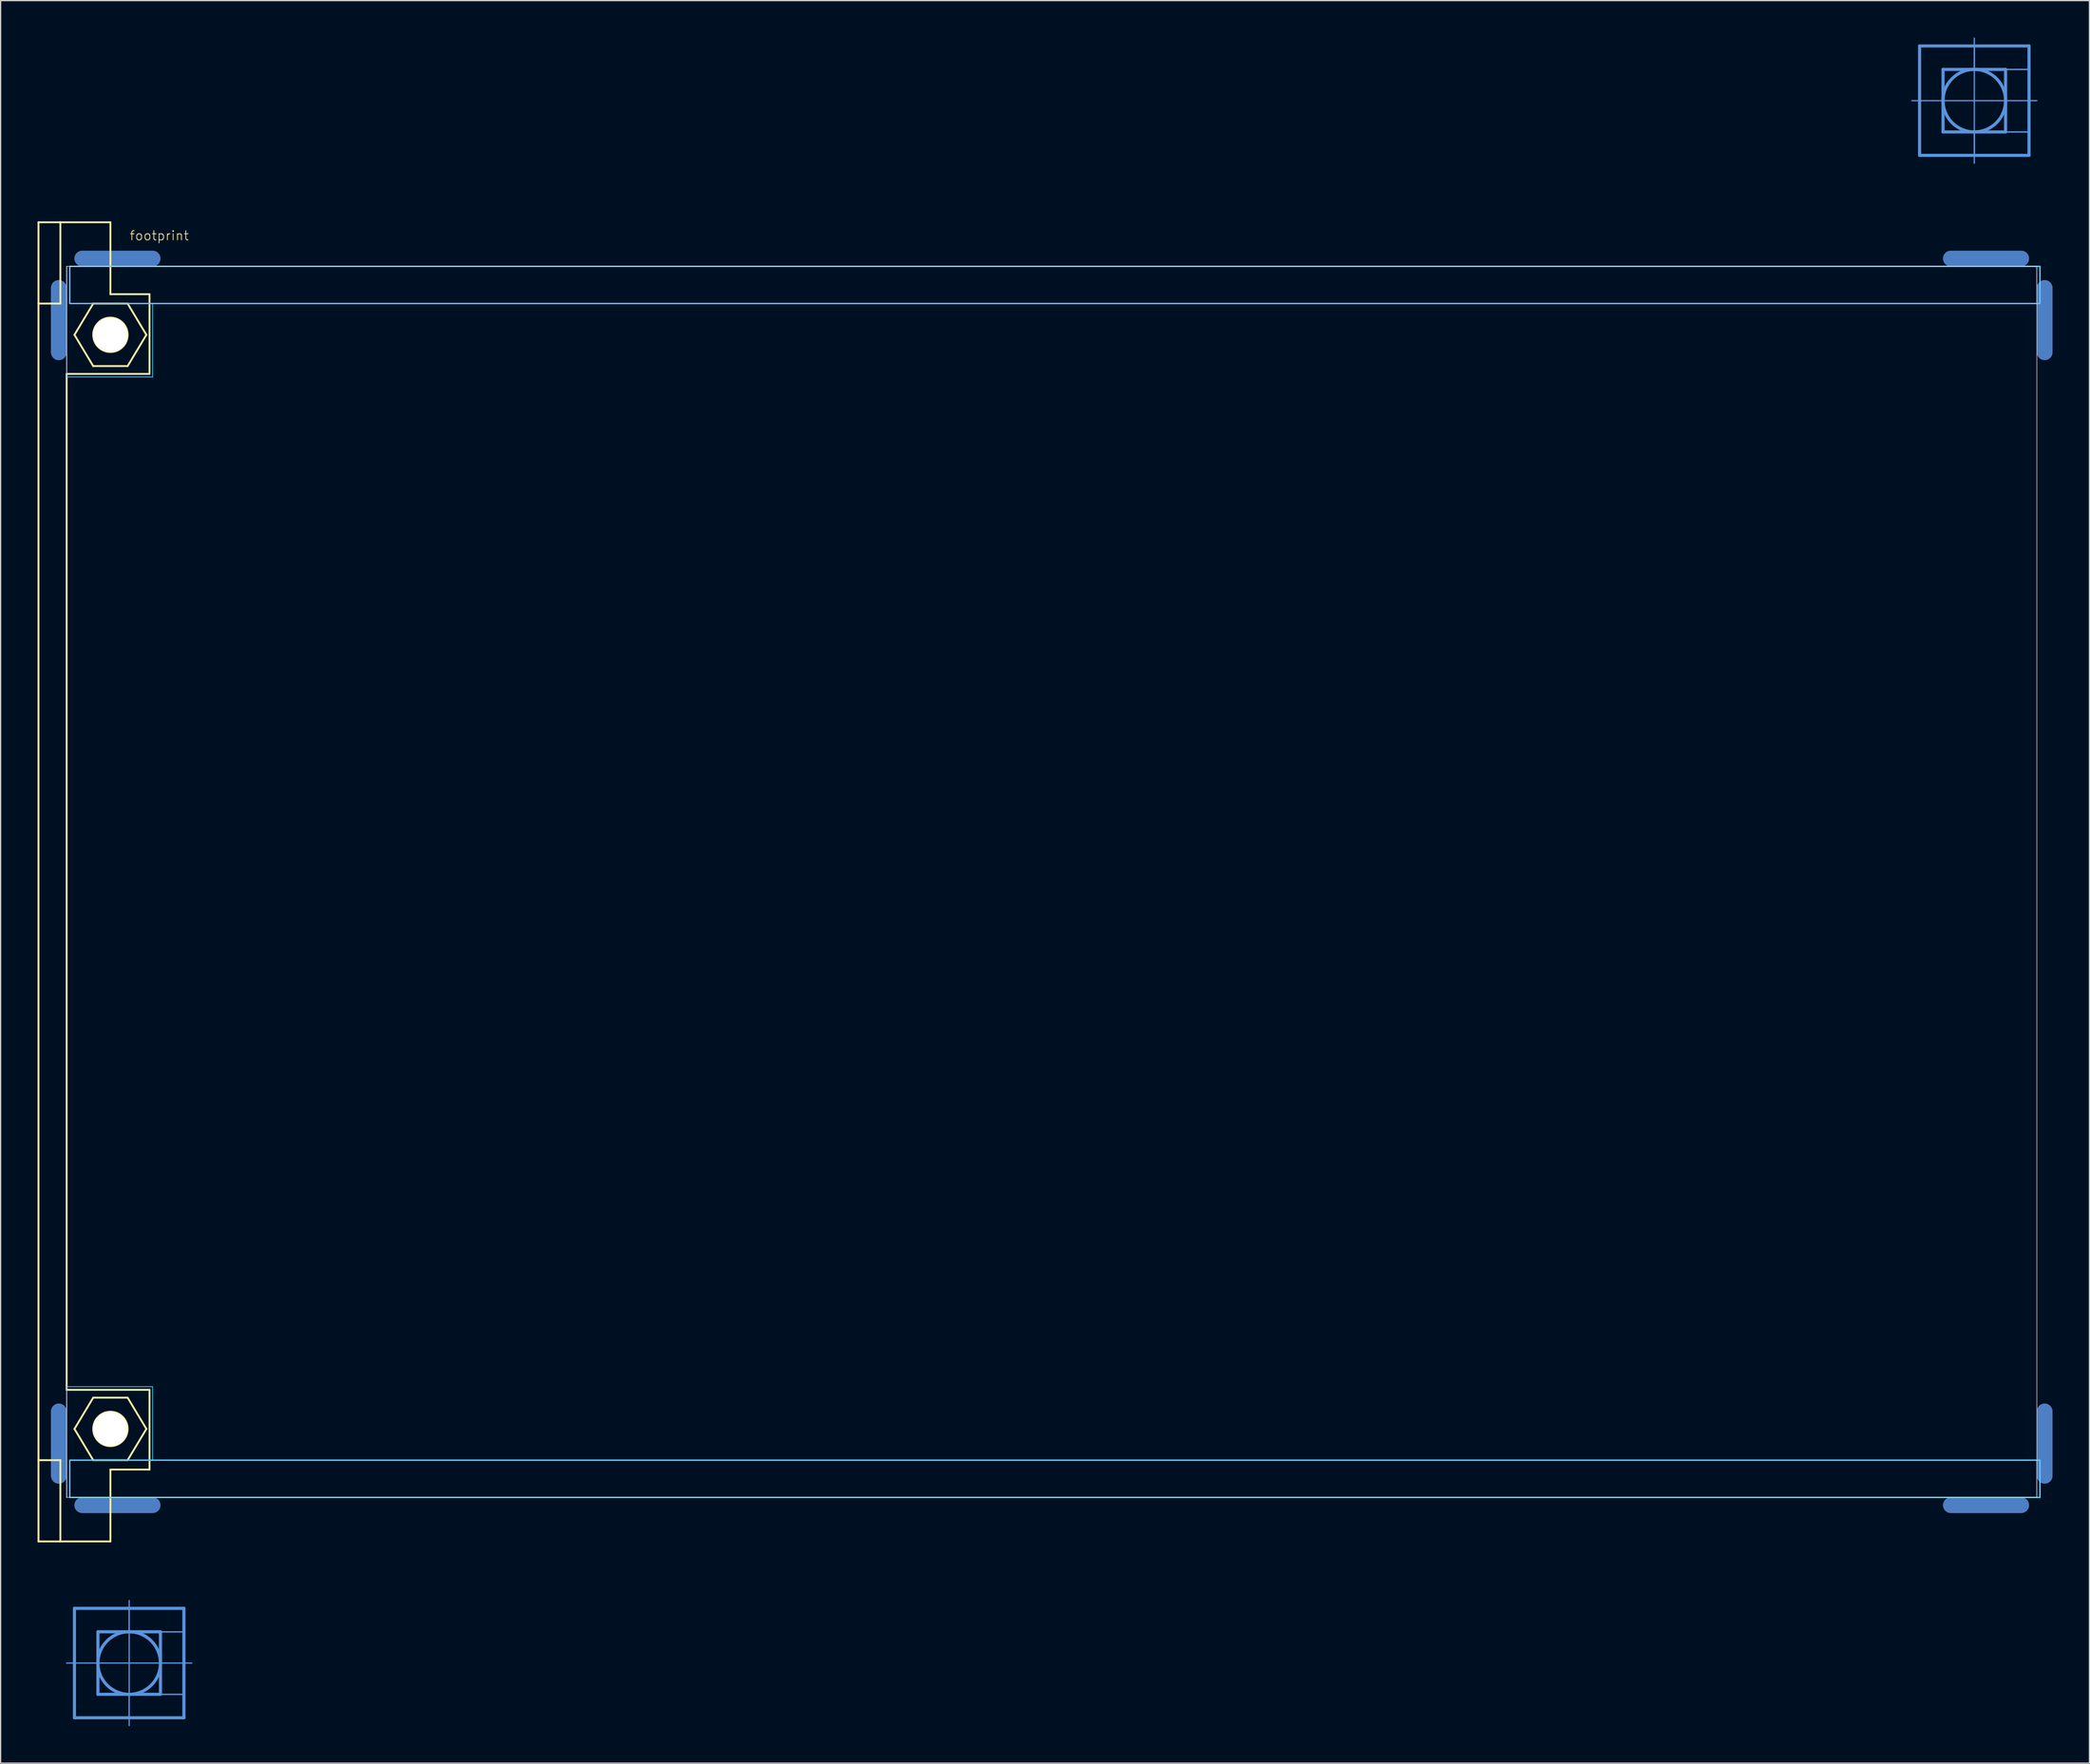
<source format=kicad_pcb>
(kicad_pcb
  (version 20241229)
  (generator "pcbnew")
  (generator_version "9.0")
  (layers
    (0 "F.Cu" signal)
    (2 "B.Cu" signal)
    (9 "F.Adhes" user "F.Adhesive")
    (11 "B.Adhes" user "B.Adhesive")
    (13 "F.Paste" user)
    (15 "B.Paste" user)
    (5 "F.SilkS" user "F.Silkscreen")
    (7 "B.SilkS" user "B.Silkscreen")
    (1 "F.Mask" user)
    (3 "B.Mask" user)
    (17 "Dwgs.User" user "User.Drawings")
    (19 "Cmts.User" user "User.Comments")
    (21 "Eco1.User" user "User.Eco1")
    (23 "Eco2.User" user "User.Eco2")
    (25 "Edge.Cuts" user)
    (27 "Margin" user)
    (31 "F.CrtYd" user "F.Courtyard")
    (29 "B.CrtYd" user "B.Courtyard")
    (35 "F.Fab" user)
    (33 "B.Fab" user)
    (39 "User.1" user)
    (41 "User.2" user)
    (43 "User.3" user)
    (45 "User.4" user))
  (footprint "footprint"
    (layer "F.Cu")
    (at 2.362 68.605)
    (property "Reference" "footprint" (at 5.08 -52.07 0) (layer "F.SilkS") (effects (font (size 0.748 0.748) (thickness 0.065)) (justify left bottom)))
    (fp_line (start -0.635 -43.028) (end -0.635 -48.26) (stroke (width 1.27) (type solid)) (layer "F.Cu"))
    (fp_line (start -0.635 43.028) (end -0.635 48.26) (stroke (width 1.27) (type solid)) (layer "F.Cu"))
    (fp_line (start 6.985 -50.648) (end 1.27 -50.648) (stroke (width 1.27) (type solid)) (layer "F.Cu"))
    (fp_line (start 6.985 50.648) (end 1.27 50.648) (stroke (width 1.27) (type solid)) (layer "F.Cu"))
    (fp_line (start 153.035 -50.648) (end 158.75 -50.648) (stroke (width 1.27) (type solid)) (layer "F.Cu"))
    (fp_line (start 153.035 50.648) (end 158.75 50.648) (stroke (width 1.27) (type solid)) (layer "F.Cu"))
    (fp_line (start 160.655 -43.028) (end 160.655 -48.26) (stroke (width 1.27) (type solid)) (layer "F.Cu"))
    (fp_line (start 160.655 43.028) (end 160.655 48.26) (stroke (width 1.27) (type solid)) (layer "F.Cu"))
    (fp_line (start 0 -42.393) (end 0 -50.013) (stroke (width 0.152) (type solid)) (layer "F.Mask"))
    (fp_line (start 0 42.393) (end 0 50.013) (stroke (width 0.152) (type solid)) (layer "F.Mask"))
    (fp_line (start 7.62 -50.013) (end 0 -50.013) (stroke (width 0.152) (type solid)) (layer "F.Mask"))
    (fp_line (start 7.62 50.013) (end 0 50.013) (stroke (width 0.152) (type solid)) (layer "F.Mask"))
    (fp_line (start 152.4 -50.013) (end 160.02 -50.013) (stroke (width 0.152) (type solid)) (layer "F.Mask"))
    (fp_line (start 152.4 50.013) (end 160.02 50.013) (stroke (width 0.152) (type solid)) (layer "F.Mask"))
    (fp_line (start 160.02 -42.393) (end 160.02 -50.013) (stroke (width 0.152) (type solid)) (layer "F.Mask"))
    (fp_line (start 160.02 42.393) (end 160.02 50.013) (stroke (width 0.152) (type solid)) (layer "F.Mask"))
    (fp_line (start -0.635 -43.028) (end -0.635 -48.26) (stroke (width 1.27) (type solid)) (layer "B.Cu"))
    (fp_line (start -0.635 43.028) (end -0.635 48.26) (stroke (width 1.27) (type solid)) (layer "B.Cu"))
    (fp_line (start 6.985 -50.648) (end 1.27 -50.648) (stroke (width 1.27) (type solid)) (layer "B.Cu"))
    (fp_line (start 6.985 50.648) (end 1.27 50.648) (stroke (width 1.27) (type solid)) (layer "B.Cu"))
    (fp_line (start 153.035 -50.648) (end 158.75 -50.648) (stroke (width 1.27) (type solid)) (layer "B.Cu"))
    (fp_line (start 153.035 50.648) (end 158.75 50.648) (stroke (width 1.27) (type solid)) (layer "B.Cu"))
    (fp_line (start 160.655 -43.028) (end 160.655 -48.26) (stroke (width 1.27) (type solid)) (layer "B.Cu"))
    (fp_line (start 160.655 43.028) (end 160.655 48.26) (stroke (width 1.27) (type solid)) (layer "B.Cu"))
    (fp_line (start 0 -50.013) (end 7.62 -50.013) (stroke (width 0.152) (type solid)) (layer "B.Mask"))
    (fp_line (start 0 -42.393) (end 0 -50.013) (stroke (width 0.152) (type solid)) (layer "B.Mask"))
    (fp_line (start 0 50.013) (end 0 42.393) (stroke (width 0.152) (type solid)) (layer "B.Mask"))
    (fp_line (start 7.62 50.013) (end 0 50.013) (stroke (width 0.152) (type solid)) (layer "B.Mask"))
    (fp_line (start 152.4 -50.013) (end 160.02 -50.013) (stroke (width 0.152) (type solid)) (layer "B.Mask"))
    (fp_line (start 160.02 -50.013) (end 160.02 -42.393) (stroke (width 0.152) (type solid)) (layer "B.Mask"))
    (fp_line (start 160.02 42.393) (end 160.02 50.013) (stroke (width 0.152) (type solid)) (layer "B.Mask"))
    (fp_line (start 160.02 50.013) (end 152.4 50.013) (stroke (width 0.152) (type solid)) (layer "B.Mask"))
    (fp_line (start -2.286 -53.594) (end -0.508 -53.594) (stroke (width 0.152) (type solid)) (layer "F.SilkS"))
    (fp_line (start -2.286 -46.99) (end -2.286 -53.594) (stroke (width 0.152) (type solid)) (layer "F.SilkS"))
    (fp_line (start -2.286 -46.99) (end -0.508 -46.99) (stroke (width 0.152) (type solid)) (layer "F.SilkS"))
    (fp_line (start -2.286 46.99) (end -2.286 -46.99) (stroke (width 0.152) (type solid)) (layer "F.SilkS"))
    (fp_line (start -2.286 46.99) (end -0.508 46.99) (stroke (width 0.152) (type solid)) (layer "F.SilkS"))
    (fp_line (start -2.286 53.594) (end -2.286 46.99) (stroke (width 0.152) (type solid)) (layer "F.SilkS"))
    (fp_line (start -2.286 53.594) (end -0.508 53.594) (stroke (width 0.152) (type solid)) (layer "F.SilkS"))
    (fp_line (start -0.508 -53.594) (end -0.508 -46.99) (stroke (width 0.152) (type solid)) (layer "F.SilkS"))
    (fp_line (start -0.508 -53.594) (end 3.556 -53.594) (stroke (width 0.152) (type solid)) (layer "F.SilkS"))
    (fp_line (start -0.508 53.594) (end -0.508 46.99) (stroke (width 0.152) (type solid)) (layer "F.SilkS"))
    (fp_line (start -0.508 53.594) (end 3.556 53.594) (stroke (width 0.152) (type solid)) (layer "F.SilkS"))
    (fp_line (start 0 -41.275) (end 0 41.275) (stroke (width 0.152) (type solid)) (layer "F.SilkS"))
    (fp_line (start 0 -41.275) (end 6.731 -41.275) (stroke (width 0.152) (type solid)) (layer "F.SilkS"))
    (fp_line (start 0 41.275) (end 6.731 41.275) (stroke (width 0.152) (type solid)) (layer "F.SilkS"))
    (fp_line (start 0.635 -44.45) (end 2.159 -46.99) (stroke (width 0.152) (type solid)) (layer "F.SilkS"))
    (fp_line (start 0.635 44.45) (end 2.159 46.99) (stroke (width 0.152) (type solid)) (layer "F.SilkS"))
    (fp_line (start 2.159 -46.99) (end 4.953 -46.99) (stroke (width 0.152) (type solid)) (layer "F.SilkS"))
    (fp_line (start 2.159 -41.91) (end 0.635 -44.45) (stroke (width 0.152) (type solid)) (layer "F.SilkS"))
    (fp_line (start 2.159 41.91) (end 0.635 44.45) (stroke (width 0.152) (type solid)) (layer "F.SilkS"))
    (fp_line (start 2.159 46.99) (end 4.953 46.99) (stroke (width 0.152) (type solid)) (layer "F.SilkS"))
    (fp_line (start 3.556 -53.594) (end 3.556 -47.752) (stroke (width 0.152) (type solid)) (layer "F.SilkS"))
    (fp_line (start 3.556 -47.752) (end 6.731 -47.752) (stroke (width 0.152) (type solid)) (layer "F.SilkS"))
    (fp_line (start 3.556 47.752) (end 6.731 47.752) (stroke (width 0.152) (type solid)) (layer "F.SilkS"))
    (fp_line (start 3.556 53.594) (end 3.556 47.752) (stroke (width 0.152) (type solid)) (layer "F.SilkS"))
    (fp_line (start 4.953 -46.99) (end 6.477 -44.45) (stroke (width 0.152) (type solid)) (layer "F.SilkS"))
    (fp_line (start 4.953 -41.91) (end 2.159 -41.91) (stroke (width 0.152) (type solid)) (layer "F.SilkS"))
    (fp_line (start 4.953 41.91) (end 2.159 41.91) (stroke (width 0.152) (type solid)) (layer "F.SilkS"))
    (fp_line (start 4.953 46.99) (end 6.477 44.45) (stroke (width 0.152) (type solid)) (layer "F.SilkS"))
    (fp_line (start 6.477 -44.45) (end 4.953 -41.91) (stroke (width 0.152) (type solid)) (layer "F.SilkS"))
    (fp_line (start 6.477 44.45) (end 4.953 41.91) (stroke (width 0.152) (type solid)) (layer "F.SilkS"))
    (fp_line (start 6.731 -47.752) (end 6.731 -41.275) (stroke (width 0.152) (type solid)) (layer "F.SilkS"))
    (fp_line (start 6.731 47.752) (end 6.731 41.275) (stroke (width 0.152) (type solid)) (layer "F.SilkS"))
    (fp_circle (center 3.556 -44.45) (end 4.953 -44.45) (stroke (width 0.152) (type solid)) (fill no) (layer "F.SilkS"))
    (fp_circle (center 3.556 44.45) (end 4.953 44.45) (stroke (width 0.152) (type solid)) (fill no) (layer "F.SilkS"))
    (fp_line (start 0 63.475) (end 0.635 63.475) (stroke (width 0.102) (type solid)) (layer "Cmts.User"))
    (fp_line (start 0.635 59.03) (end 9.525 59.03) (stroke (width 0.254) (type solid)) (layer "Cmts.User"))
    (fp_line (start 0.635 63.475) (end 0.635 59.03) (stroke (width 0.254) (type solid)) (layer "Cmts.User"))
    (fp_line (start 0.635 63.475) (end 10.16 63.475) (stroke (width 0.102) (type solid)) (layer "Cmts.User"))
    (fp_line (start 0.635 67.92) (end 0.635 63.475) (stroke (width 0.254) (type solid)) (layer "Cmts.User"))
    (fp_line (start 2.54 60.935) (end 2.54 66.015) (stroke (width 0.254) (type solid)) (layer "Cmts.User"))
    (fp_line (start 2.54 66.015) (end 7.62 66.015) (stroke (width 0.254) (type solid)) (layer "Cmts.User"))
    (fp_line (start 5.08 68.555) (end 5.08 58.395) (stroke (width 0.102) (type solid)) (layer "Cmts.User"))
    (fp_line (start 7.62 60.935) (end 2.54 60.935) (stroke (width 0.254) (type solid)) (layer "Cmts.User"))
    (fp_line (start 7.62 66.015) (end 7.62 60.935) (stroke (width 0.254) (type solid)) (layer "Cmts.User"))
    (fp_line (start 9.525 59.03) (end 9.525 67.92) (stroke (width 0.254) (type solid)) (layer "Cmts.User"))
    (fp_line (start 9.525 67.92) (end 0.635 67.92) (stroke (width 0.254) (type solid)) (layer "Cmts.User"))
    (fp_line (start 149.86 -63.475) (end 150.495 -63.475) (stroke (width 0.102) (type solid)) (layer "Cmts.User"))
    (fp_line (start 150.495 -67.92) (end 159.385 -67.92) (stroke (width 0.254) (type solid)) (layer "Cmts.User"))
    (fp_line (start 150.495 -63.475) (end 150.495 -67.92) (stroke (width 0.254) (type solid)) (layer "Cmts.User"))
    (fp_line (start 150.495 -63.475) (end 160.02 -63.475) (stroke (width 0.102) (type solid)) (layer "Cmts.User"))
    (fp_line (start 150.495 -59.03) (end 150.495 -63.475) (stroke (width 0.254) (type solid)) (layer "Cmts.User"))
    (fp_line (start 152.4 -66.015) (end 152.4 -60.935) (stroke (width 0.254) (type solid)) (layer "Cmts.User"))
    (fp_line (start 152.4 -60.935) (end 157.48 -60.935) (stroke (width 0.254) (type solid)) (layer "Cmts.User"))
    (fp_line (start 154.94 -58.395) (end 154.94 -68.555) (stroke (width 0.102) (type solid)) (layer "Cmts.User"))
    (fp_line (start 157.48 -66.015) (end 152.4 -66.015) (stroke (width 0.254) (type solid)) (layer "Cmts.User"))
    (fp_line (start 157.48 -60.935) (end 157.48 -66.015) (stroke (width 0.254) (type solid)) (layer "Cmts.User"))
    (fp_line (start 159.385 -67.92) (end 159.385 -59.03) (stroke (width 0.254) (type solid)) (layer "Cmts.User"))
    (fp_line (start 159.385 -59.03) (end 150.495 -59.03) (stroke (width 0.254) (type solid)) (layer "Cmts.User"))
    (fp_circle (center 5.08 63.475) (end 7.62 63.475) (stroke (width 0.254) (type solid)) (fill no) (layer "Cmts.User"))
    (fp_circle (center 154.94 -63.475) (end 157.48 -63.475) (stroke (width 0.254) (type solid)) (fill no) (layer "Cmts.User"))
    (fp_poly (pts (xy 5.08 60.935) (xy 9.525 60.935) (xy 9.525 59.03) (xy 5.08 59.03)) (stroke (width 0.1) (type solid)) (fill no) (layer "Cmts.User"))
    (fp_poly (pts (xy 5.08 67.92) (xy 9.525 67.92) (xy 9.525 66.015) (xy 5.08 66.015)) (stroke (width 0.1) (type solid)) (fill no) (layer "Cmts.User"))
    (fp_poly (pts (xy 7.62 66.015) (xy 9.525 66.015) (xy 9.525 60.935) (xy 7.62 60.935)) (stroke (width 0.1) (type solid)) (fill no) (layer "Cmts.User"))
    (fp_poly (pts (xy 154.94 -66.015) (xy 159.385 -66.015) (xy 159.385 -67.92) (xy 154.94 -67.92)) (stroke (width 0.1) (type solid)) (fill no) (layer "Cmts.User"))
    (fp_poly (pts (xy 154.94 -59.03) (xy 159.385 -59.03) (xy 159.385 -60.935) (xy 154.94 -60.935)) (stroke (width 0.1) (type solid)) (fill no) (layer "Cmts.User"))
    (fp_poly (pts (xy 157.48 -60.935) (xy 159.385 -60.935) (xy 159.385 -66.015) (xy 157.48 -66.015)) (stroke (width 0.1) (type solid)) (fill no) (layer "Cmts.User"))
    (fp_line (start 0 -50.013) (end 0 50.013) (stroke (width 0.05) (type solid)) (layer "Edge.Cuts"))
    (fp_line (start 0 50.013) (end 160.02 50.013) (stroke (width 0.05) (type solid)) (layer "Edge.Cuts"))
    (fp_line (start 160.02 -50.013) (end 0 -50.013) (stroke (width 0.05) (type solid)) (layer "Edge.Cuts"))
    (fp_line (start 160.02 50.013) (end 160.02 -50.013) (stroke (width 0.05) (type solid)) (layer "Edge.Cuts"))
    (fp_line (start 0 -41.021) (end 0 -50.013) (stroke (width 0.051) (type solid)) (layer "B.CrtYd"))
    (fp_line (start 0 -41.021) (end 6.985 -41.021) (stroke (width 0.051) (type solid)) (layer "B.CrtYd"))
    (fp_line (start 0 41.021) (end 0 50.013) (stroke (width 0.051) (type solid)) (layer "B.CrtYd"))
    (fp_line (start 0 41.021) (end 6.985 41.021) (stroke (width 0.051) (type solid)) (layer "B.CrtYd"))
    (fp_line (start 6.985 -46.99) (end 6.985 -41.021) (stroke (width 0.051) (type solid)) (layer "B.CrtYd"))
    (fp_line (start 6.985 46.99) (end 6.985 41.021) (stroke (width 0.051) (type solid)) (layer "B.CrtYd"))
    (fp_line (start 160.02 -50.013) (end 160.02 -46.99) (stroke (width 0.051) (type solid)) (layer "B.CrtYd"))
    (fp_line (start 160.02 50.013) (end 160.02 46.99) (stroke (width 0.051) (type solid)) (layer "B.CrtYd"))
    (fp_poly (pts (xy 0.254 -46.99) (xy 160.274 -46.99) (xy 160.274 -50.013) (xy 0.254 -50.013)) (stroke (width 0.1) (type solid)) (fill no) (layer "B.CrtYd"))
    (fp_poly (pts (xy 0.254 50.013) (xy 160.274 50.013) (xy 160.274 46.99) (xy 0.254 46.99)) (stroke (width 0.1) (type solid)) (fill no) (layer "B.CrtYd"))
    (fp_line (start 0 -41.021) (end 0 -50.013) (stroke (width 0.051) (type solid)) (layer "F.CrtYd"))
    (fp_line (start 0 -41.021) (end 6.985 -41.021) (stroke (width 0.051) (type solid)) (layer "F.CrtYd"))
    (fp_line (start 0 41.021) (end 0 50.013) (stroke (width 0.051) (type solid)) (layer "F.CrtYd"))
    (fp_line (start 0 41.021) (end 6.985 41.021) (stroke (width 0.051) (type solid)) (layer "F.CrtYd"))
    (fp_line (start 6.985 -46.99) (end 6.985 -41.021) (stroke (width 0.051) (type solid)) (layer "F.CrtYd"))
    (fp_line (start 6.985 46.99) (end 6.985 41.021) (stroke (width 0.051) (type solid)) (layer "F.CrtYd"))
    (fp_line (start 160.02 -50.013) (end 160.02 -46.99) (stroke (width 0.051) (type solid)) (layer "F.CrtYd"))
    (fp_line (start 160.02 50.013) (end 160.02 46.99) (stroke (width 0.051) (type solid)) (layer "F.CrtYd"))
    (fp_poly (pts (xy 0.254 -46.99) (xy 160.274 -46.99) (xy 160.274 -50.013) (xy 0.254 -50.013)) (stroke (width 0.1) (type solid)) (fill no) (layer "F.CrtYd"))
    (fp_poly (pts (xy 0.254 50.013) (xy 160.274 50.013) (xy 160.274 46.99) (xy 0.254 46.99)) (stroke (width 0.1) (type solid)) (fill no) (layer "F.CrtYd"))
    (pad "" np_thru_hole circle (at 3.556 -44.45) (size 2.794 2.794) (drill 2.794) (layers "*.Cu" "*.Mask"))
    (pad "" np_thru_hole circle (at 3.556 44.45) (size 2.794 2.794) (drill 2.794) (layers "*.Cu" "*.Mask"))
    (zone (net_name "") (layers "F.Cu" "B.Cu") (hatch edge 0.508) (connect_pads) (min_thickness 0.254) (filled_areas_thickness no) (keepout (tracks allowed) (vias not_allowed) (pads allowed) (copperpour allowed) (footprints allowed)) (placement (enabled no)) (fill) (polygon (pts (xy 2.616 21.615) (xy 162.636 21.615) (xy 162.636 18.593) (xy 2.616 18.593))))
    (zone (net_name "") (layers "F.Cu" "B.Cu") (hatch edge 0.508) (connect_pads) (min_thickness 0.254) (filled_areas_thickness no) (keepout (tracks allowed) (vias not_allowed) (pads allowed) (copperpour allowed) (footprints allowed)) (placement (enabled no)) (fill) (polygon (pts (xy 2.616 118.618) (xy 162.636 118.618) (xy 162.636 115.595) (xy 2.616 115.595))))
    (zone (net_name "") (layers "F.Cu" "B.Cu") (hatch edge 0.508) (connect_pads) (min_thickness 0.254) (filled_areas_thickness no) (keepout (tracks allowed) (vias not_allowed) (pads allowed) (copperpour allowed) (footprints allowed)) (placement (enabled no)) (fill) (polygon (pts (xy 9.093 24.155) (xy 9.045 23.604) (xy 8.902 23.069) (xy 8.668 22.568) (xy 8.35 22.115) (xy 7.959 21.723) (xy 7.506 21.406) (xy 7.004 21.172) (xy 6.47 21.029) (xy 5.918 20.98) (xy 5.367 21.029) (xy 4.832 21.172) (xy 4.331 21.406) (xy 3.877 21.723) (xy 3.486 22.115) (xy 3.169 22.568) (xy 2.935 23.069) (xy 2.791 23.604) (xy 2.743 24.155) (xy 2.791 24.707) (xy 2.935 25.241) (xy 3.169 25.743) (xy 3.486 26.196) (xy 3.877 26.588) (xy 4.331 26.905) (xy 4.832 27.139) (xy 5.367 27.282) (xy 5.918 27.33) (xy 6.47 27.282) (xy 7.004 27.139) (xy 7.506 26.905) (xy 7.959 26.588) (xy 8.35 26.196) (xy 8.668 25.743) (xy 8.902 25.241) (xy 9.045 24.707))))
    (zone (net_name "") (layers "F.Cu" "B.Cu") (hatch edge 0.508) (connect_pads) (min_thickness 0.254) (filled_areas_thickness no) (keepout (tracks allowed) (vias not_allowed) (pads allowed) (copperpour allowed) (footprints allowed)) (placement (enabled no)) (fill) (polygon (pts (xy 9.093 113.055) (xy 9.045 112.504) (xy 8.902 111.969) (xy 8.668 111.468) (xy 8.35 111.015) (xy 7.959 110.623) (xy 7.506 110.306) (xy 7.004 110.072) (xy 6.47 109.929) (xy 5.918 109.88) (xy 5.367 109.929) (xy 4.832 110.072) (xy 4.331 110.306) (xy 3.877 110.623) (xy 3.486 111.015) (xy 3.169 111.468) (xy 2.935 111.969) (xy 2.791 112.504) (xy 2.743 113.055) (xy 2.791 113.607) (xy 2.935 114.141) (xy 3.169 114.643) (xy 3.486 115.096) (xy 3.877 115.488) (xy 4.331 115.805) (xy 4.832 116.039) (xy 5.367 116.182) (xy 5.918 116.23) (xy 6.47 116.182) (xy 7.004 116.039) (xy 7.506 115.805) (xy 7.959 115.488) (xy 8.35 115.096) (xy 8.668 114.643) (xy 8.902 114.141) (xy 9.045 113.607))))
    (zone (net_name "") (layer "B.Cu") (hatch edge 0.508) (connect_pads) (min_thickness 0.254) (filled_areas_thickness no) (keepout (tracks not_allowed) (vias not_allowed) (pads not_allowed) (copperpour not_allowed) (footprints allowed)) (placement (enabled no)) (fill) (polygon (pts (xy 9.093 24.155) (xy 9.045 23.604) (xy 8.902 23.069) (xy 8.668 22.568) (xy 8.35 22.115) (xy 7.959 21.723) (xy 7.506 21.406) (xy 7.004 21.172) (xy 6.47 21.029) (xy 5.918 20.98) (xy 5.367 21.029) (xy 4.832 21.172) (xy 4.331 21.406) (xy 3.877 21.723) (xy 3.486 22.115) (xy 3.169 22.568) (xy 2.935 23.069) (xy 2.791 23.604) (xy 2.743 24.155) (xy 2.791 24.707) (xy 2.935 25.241) (xy 3.169 25.743) (xy 3.486 26.196) (xy 3.877 26.588) (xy 4.331 26.905) (xy 4.832 27.139) (xy 5.367 27.282) (xy 5.918 27.33) (xy 6.47 27.282) (xy 7.004 27.139) (xy 7.506 26.905) (xy 7.959 26.588) (xy 8.35 26.196) (xy 8.668 25.743) (xy 8.902 25.241) (xy 9.045 24.707))))
    (zone (net_name "") (layer "B.Cu") (hatch edge 0.508) (connect_pads) (min_thickness 0.254) (filled_areas_thickness no) (keepout (tracks not_allowed) (vias not_allowed) (pads not_allowed) (copperpour not_allowed) (footprints allowed)) (placement (enabled no)) (fill) (polygon (pts (xy 9.093 113.055) (xy 9.045 112.504) (xy 8.902 111.969) (xy 8.668 111.468) (xy 8.35 111.015) (xy 7.959 110.623) (xy 7.506 110.306) (xy 7.004 110.072) (xy 6.47 109.929) (xy 5.918 109.88) (xy 5.367 109.929) (xy 4.832 110.072) (xy 4.331 110.306) (xy 3.877 110.623) (xy 3.486 111.015) (xy 3.169 111.468) (xy 2.935 111.969) (xy 2.791 112.504) (xy 2.743 113.055) (xy 2.791 113.607) (xy 2.935 114.141) (xy 3.169 114.643) (xy 3.486 115.096) (xy 3.877 115.488) (xy 4.331 115.805) (xy 4.832 116.039) (xy 5.367 116.182) (xy 5.918 116.23) (xy 6.47 116.182) (xy 7.004 116.039) (xy 7.506 115.805) (xy 7.959 115.488) (xy 8.35 115.096) (xy 8.668 114.643) (xy 8.902 114.141) (xy 9.045 113.607)))))
  (gr_rect
    (start -3 -3)
    (end 166.652 140.211)
    (stroke (width 0.1) (type default))
    (fill no)
    (layer "Edge.Cuts")))
</source>
